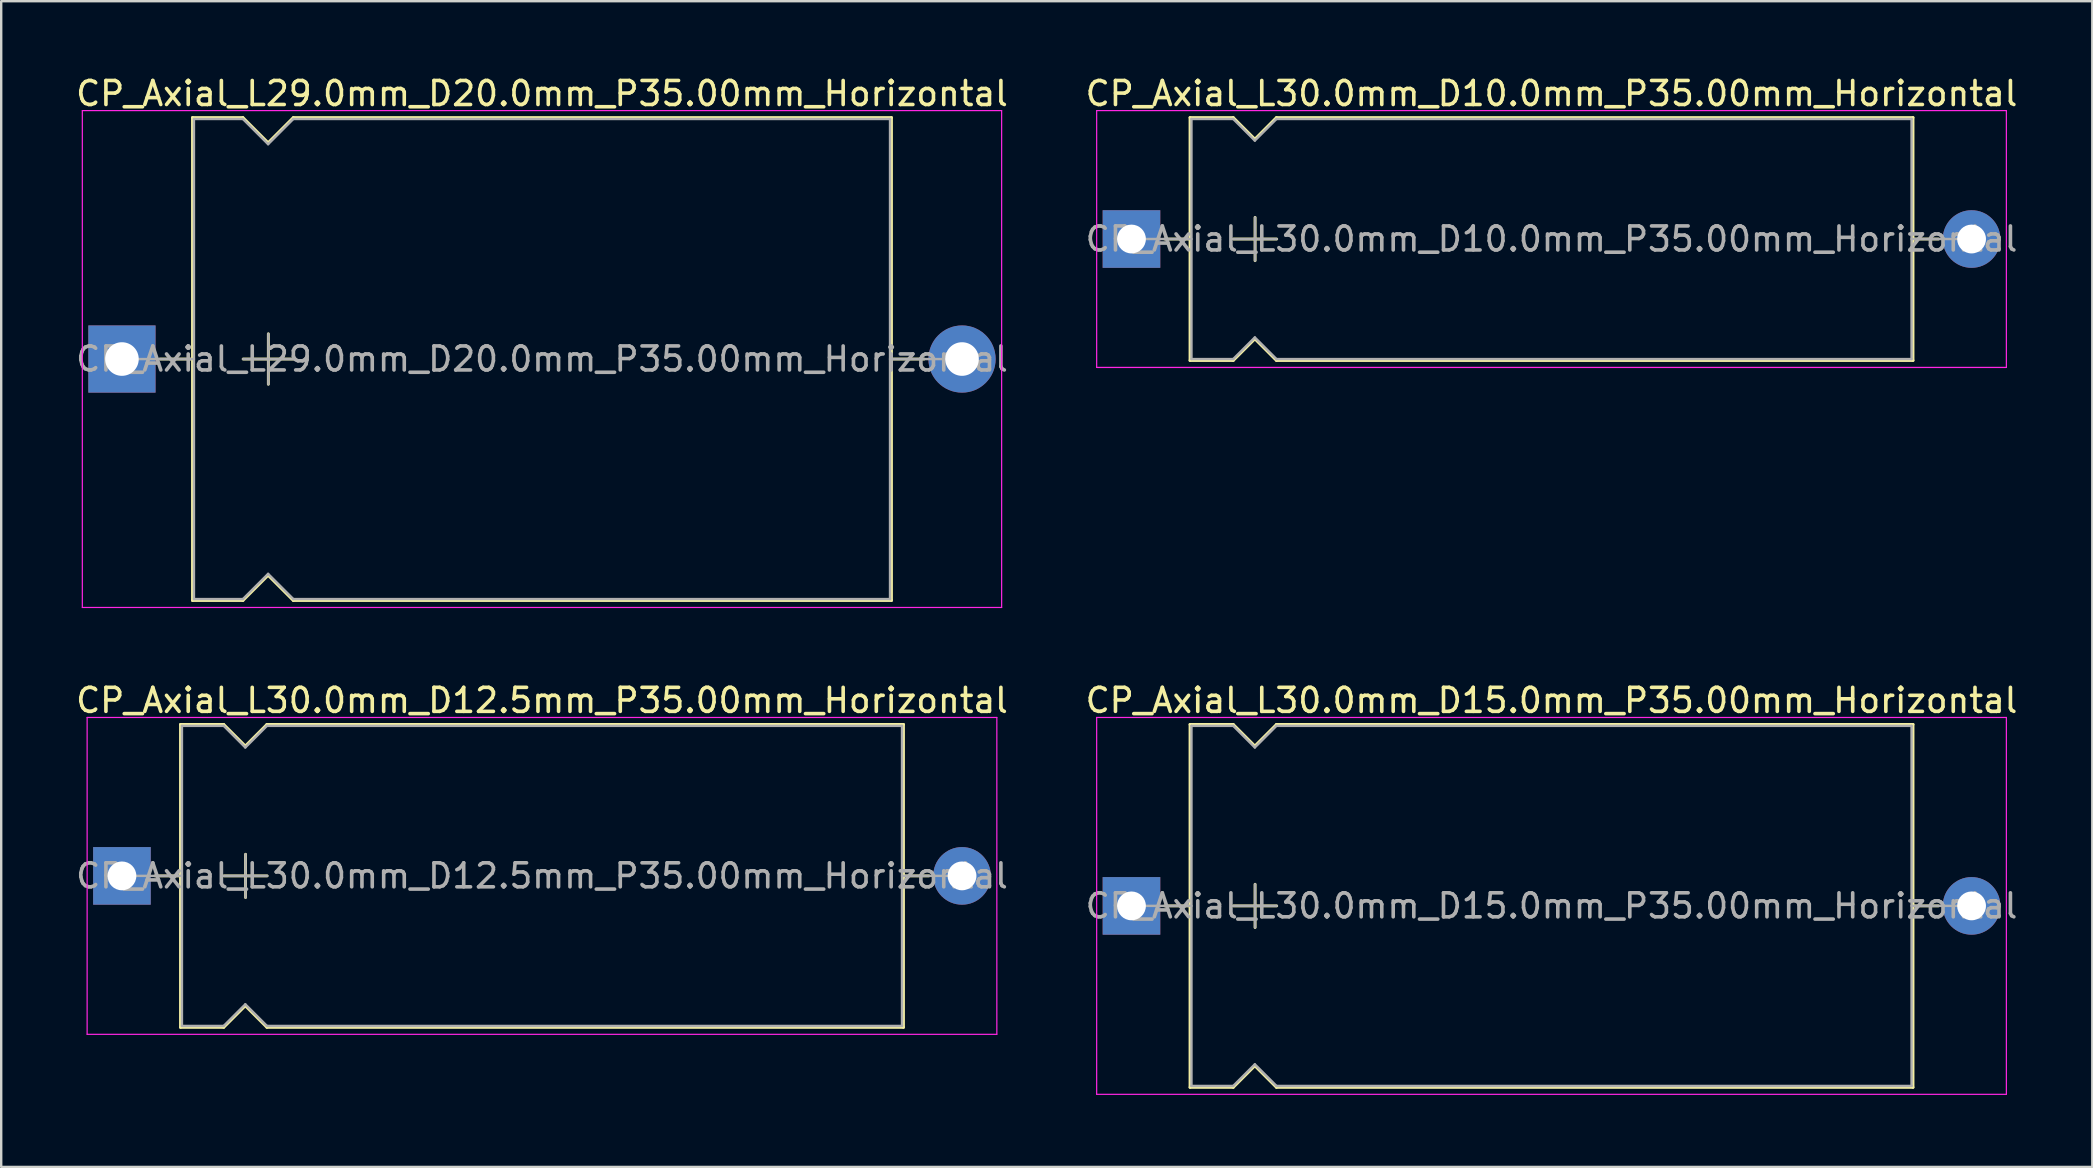
<source format=kicad_pcb>
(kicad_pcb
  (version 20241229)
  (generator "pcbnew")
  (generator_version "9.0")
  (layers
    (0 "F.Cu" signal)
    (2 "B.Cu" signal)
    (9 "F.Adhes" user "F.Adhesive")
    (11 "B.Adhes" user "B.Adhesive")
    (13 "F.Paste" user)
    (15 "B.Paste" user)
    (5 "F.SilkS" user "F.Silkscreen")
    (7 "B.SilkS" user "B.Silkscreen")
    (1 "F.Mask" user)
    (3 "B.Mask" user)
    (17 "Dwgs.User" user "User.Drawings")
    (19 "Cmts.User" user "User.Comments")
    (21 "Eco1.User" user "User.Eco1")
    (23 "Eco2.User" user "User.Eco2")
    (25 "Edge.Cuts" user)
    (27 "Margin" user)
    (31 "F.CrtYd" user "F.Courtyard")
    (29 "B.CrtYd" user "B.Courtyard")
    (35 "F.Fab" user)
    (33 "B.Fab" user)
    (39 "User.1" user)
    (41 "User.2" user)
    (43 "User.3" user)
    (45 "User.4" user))
  (footprint "CP_Axial_L29.0mm_D20.0mm_P35.00mm_Horizontal"
    (layer "F.Cu")
    (at 2.03 11.908)
    (property "Reference" "CP_Axial_L29.0mm_D20.0mm_P35.00mm_Horizontal" (at 17.5 -11.06 0) (layer "F.SilkS") (effects (font (size 1 1) (thickness 0.15))))
    (attr through_hole)
    (fp_line (start 1.58 0) (end 2.94 0) (stroke (width 0.12) (type solid)) (layer "F.SilkS"))
    (fp_line (start 2.94 -10.06) (end 2.94 10.06) (stroke (width 0.12) (type solid)) (layer "F.SilkS"))
    (fp_line (start 2.94 -10.06) (end 5.04 -10.06) (stroke (width 0.12) (type solid)) (layer "F.SilkS"))
    (fp_line (start 2.94 10.06) (end 5.04 10.06) (stroke (width 0.12) (type solid)) (layer "F.SilkS"))
    (fp_line (start 5.04 -10.06) (end 6.09 -9.01) (stroke (width 0.12) (type solid)) (layer "F.SilkS"))
    (fp_line (start 5.04 10.06) (end 6.09 9.01) (stroke (width 0.12) (type solid)) (layer "F.SilkS"))
    (fp_line (start 5.05 0) (end 7.15 0) (stroke (width 0.12) (type solid)) (layer "F.SilkS"))
    (fp_line (start 6.09 -9.01) (end 7.14 -10.06) (stroke (width 0.12) (type solid)) (layer "F.SilkS"))
    (fp_line (start 6.09 9.01) (end 7.14 10.06) (stroke (width 0.12) (type solid)) (layer "F.SilkS"))
    (fp_line (start 6.1 -1.05) (end 6.1 1.05) (stroke (width 0.12) (type solid)) (layer "F.SilkS"))
    (fp_line (start 7.14 -10.06) (end 32.06 -10.06) (stroke (width 0.12) (type solid)) (layer "F.SilkS"))
    (fp_line (start 7.14 10.06) (end 32.06 10.06) (stroke (width 0.12) (type solid)) (layer "F.SilkS"))
    (fp_line (start 32.06 -10.06) (end 32.06 10.06) (stroke (width 0.12) (type solid)) (layer "F.SilkS"))
    (fp_line (start 33.42 0) (end 32.06 0) (stroke (width 0.12) (type solid)) (layer "F.SilkS"))
    (fp_line (start -1.65 -10.35) (end -1.65 10.35) (stroke (width 0.05) (type solid)) (layer "F.CrtYd"))
    (fp_line (start -1.65 10.35) (end 36.65 10.35) (stroke (width 0.05) (type solid)) (layer "F.CrtYd"))
    (fp_line (start 36.65 -10.35) (end -1.65 -10.35) (stroke (width 0.05) (type solid)) (layer "F.CrtYd"))
    (fp_line (start 36.65 10.35) (end 36.65 -10.35) (stroke (width 0.05) (type solid)) (layer "F.CrtYd"))
    (fp_line (start 0 0) (end 3 0) (stroke (width 0.1) (type solid)) (layer "F.Fab"))
    (fp_line (start 3 -10) (end 3 10) (stroke (width 0.1) (type solid)) (layer "F.Fab"))
    (fp_line (start 3 -10) (end 5.04 -10) (stroke (width 0.1) (type solid)) (layer "F.Fab"))
    (fp_line (start 3 10) (end 5.04 10) (stroke (width 0.1) (type solid)) (layer "F.Fab"))
    (fp_line (start 5.04 -10) (end 6.09 -8.95) (stroke (width 0.1) (type solid)) (layer "F.Fab"))
    (fp_line (start 5.04 10) (end 6.09 8.95) (stroke (width 0.1) (type solid)) (layer "F.Fab"))
    (fp_line (start 5.05 0) (end 7.15 0) (stroke (width 0.1) (type solid)) (layer "F.Fab"))
    (fp_line (start 6.09 -8.95) (end 7.14 -10) (stroke (width 0.1) (type solid)) (layer "F.Fab"))
    (fp_line (start 6.09 8.95) (end 7.14 10) (stroke (width 0.1) (type solid)) (layer "F.Fab"))
    (fp_line (start 6.1 -1.05) (end 6.1 1.05) (stroke (width 0.1) (type solid)) (layer "F.Fab"))
    (fp_line (start 7.14 -10) (end 32 -10) (stroke (width 0.1) (type solid)) (layer "F.Fab"))
    (fp_line (start 7.14 10) (end 32 10) (stroke (width 0.1) (type solid)) (layer "F.Fab"))
    (fp_line (start 32 -10) (end 32 10) (stroke (width 0.1) (type solid)) (layer "F.Fab"))
    (fp_line (start 35 0) (end 32 0) (stroke (width 0.1) (type solid)) (layer "F.Fab"))
    (fp_text user "${REFERENCE}" (at 17.5 0 0) (layer "F.Fab") (effects (font (size 1 1) (thickness 0.15))))
    (pad "1" thru_hole rect (at 0 0) (size 2.8 2.8) (drill 1.4) (layers "*.Cu" "*.Mask"))
    (pad "2" thru_hole oval (at 35 0) (size 2.8 2.8) (drill 1.4) (layers "*.Cu" "*.Mask")))
  (footprint "CP_Axial_L30.0mm_D15.0mm_P35.00mm_Horizontal"
    (layer "F.Cu")
    (at 44.089 34.691)
    (property "Reference" "CP_Axial_L30.0mm_D15.0mm_P35.00mm_Horizontal" (at 17.5 -8.56 0) (layer "F.SilkS") (effects (font (size 1 1) (thickness 0.15))))
    (attr through_hole)
    (fp_line (start 1.38 0) (end 2.44 0) (stroke (width 0.12) (type solid)) (layer "F.SilkS"))
    (fp_line (start 2.44 -7.56) (end 2.44 7.56) (stroke (width 0.12) (type solid)) (layer "F.SilkS"))
    (fp_line (start 2.44 -7.56) (end 4.24 -7.56) (stroke (width 0.12) (type solid)) (layer "F.SilkS"))
    (fp_line (start 2.44 7.56) (end 4.24 7.56) (stroke (width 0.12) (type solid)) (layer "F.SilkS"))
    (fp_line (start 4.24 -7.56) (end 5.14 -6.66) (stroke (width 0.12) (type solid)) (layer "F.SilkS"))
    (fp_line (start 4.24 7.56) (end 5.14 6.66) (stroke (width 0.12) (type solid)) (layer "F.SilkS"))
    (fp_line (start 4.25 0) (end 6.05 0) (stroke (width 0.12) (type solid)) (layer "F.SilkS"))
    (fp_line (start 5.14 -6.66) (end 6.04 -7.56) (stroke (width 0.12) (type solid)) (layer "F.SilkS"))
    (fp_line (start 5.14 6.66) (end 6.04 7.56) (stroke (width 0.12) (type solid)) (layer "F.SilkS"))
    (fp_line (start 5.15 -0.9) (end 5.15 0.9) (stroke (width 0.12) (type solid)) (layer "F.SilkS"))
    (fp_line (start 6.04 -7.56) (end 32.56 -7.56) (stroke (width 0.12) (type solid)) (layer "F.SilkS"))
    (fp_line (start 6.04 7.56) (end 32.56 7.56) (stroke (width 0.12) (type solid)) (layer "F.SilkS"))
    (fp_line (start 32.56 -7.56) (end 32.56 7.56) (stroke (width 0.12) (type solid)) (layer "F.SilkS"))
    (fp_line (start 33.62 0) (end 32.56 0) (stroke (width 0.12) (type solid)) (layer "F.SilkS"))
    (fp_line (start -1.45 -7.85) (end -1.45 7.85) (stroke (width 0.05) (type solid)) (layer "F.CrtYd"))
    (fp_line (start -1.45 7.85) (end 36.45 7.85) (stroke (width 0.05) (type solid)) (layer "F.CrtYd"))
    (fp_line (start 36.45 -7.85) (end -1.45 -7.85) (stroke (width 0.05) (type solid)) (layer "F.CrtYd"))
    (fp_line (start 36.45 7.85) (end 36.45 -7.85) (stroke (width 0.05) (type solid)) (layer "F.CrtYd"))
    (fp_line (start 0 0) (end 2.5 0) (stroke (width 0.1) (type solid)) (layer "F.Fab"))
    (fp_line (start 2.5 -7.5) (end 2.5 7.5) (stroke (width 0.1) (type solid)) (layer "F.Fab"))
    (fp_line (start 2.5 -7.5) (end 4.24 -7.5) (stroke (width 0.1) (type solid)) (layer "F.Fab"))
    (fp_line (start 2.5 7.5) (end 4.24 7.5) (stroke (width 0.1) (type solid)) (layer "F.Fab"))
    (fp_line (start 4.24 -7.5) (end 5.14 -6.6) (stroke (width 0.1) (type solid)) (layer "F.Fab"))
    (fp_line (start 4.24 7.5) (end 5.14 6.6) (stroke (width 0.1) (type solid)) (layer "F.Fab"))
    (fp_line (start 4.25 0) (end 6.05 0) (stroke (width 0.1) (type solid)) (layer "F.Fab"))
    (fp_line (start 5.14 -6.6) (end 6.04 -7.5) (stroke (width 0.1) (type solid)) (layer "F.Fab"))
    (fp_line (start 5.14 6.6) (end 6.04 7.5) (stroke (width 0.1) (type solid)) (layer "F.Fab"))
    (fp_line (start 5.15 -0.9) (end 5.15 0.9) (stroke (width 0.1) (type solid)) (layer "F.Fab"))
    (fp_line (start 6.04 -7.5) (end 32.5 -7.5) (stroke (width 0.1) (type solid)) (layer "F.Fab"))
    (fp_line (start 6.04 7.5) (end 32.5 7.5) (stroke (width 0.1) (type solid)) (layer "F.Fab"))
    (fp_line (start 32.5 -7.5) (end 32.5 7.5) (stroke (width 0.1) (type solid)) (layer "F.Fab"))
    (fp_line (start 35 0) (end 32.5 0) (stroke (width 0.1) (type solid)) (layer "F.Fab"))
    (fp_text user "${REFERENCE}" (at 17.5 0 0) (layer "F.Fab") (effects (font (size 1 1) (thickness 0.15))))
    (pad "1" thru_hole rect (at 0 0) (size 2.4 2.4) (drill 1.2) (layers "*.Cu" "*.Mask"))
    (pad "2" thru_hole oval (at 35 0) (size 2.4 2.4) (drill 1.2) (layers "*.Cu" "*.Mask")))
  (footprint "CP_Axial_L30.0mm_D12.5mm_P35.00mm_Horizontal"
    (layer "F.Cu")
    (at 2.03 33.441)
    (property "Reference" "CP_Axial_L30.0mm_D12.5mm_P35.00mm_Horizontal" (at 17.5 -7.31 0) (layer "F.SilkS") (effects (font (size 1 1) (thickness 0.15))))
    (attr through_hole)
    (fp_line (start 1.38 0) (end 2.44 0) (stroke (width 0.12) (type solid)) (layer "F.SilkS"))
    (fp_line (start 2.44 -6.31) (end 2.44 6.31) (stroke (width 0.12) (type solid)) (layer "F.SilkS"))
    (fp_line (start 2.44 -6.31) (end 4.24 -6.31) (stroke (width 0.12) (type solid)) (layer "F.SilkS"))
    (fp_line (start 2.44 6.31) (end 4.24 6.31) (stroke (width 0.12) (type solid)) (layer "F.SilkS"))
    (fp_line (start 4.24 -6.31) (end 5.14 -5.41) (stroke (width 0.12) (type solid)) (layer "F.SilkS"))
    (fp_line (start 4.24 6.31) (end 5.14 5.41) (stroke (width 0.12) (type solid)) (layer "F.SilkS"))
    (fp_line (start 4.25 0) (end 6.05 0) (stroke (width 0.12) (type solid)) (layer "F.SilkS"))
    (fp_line (start 5.14 -5.41) (end 6.04 -6.31) (stroke (width 0.12) (type solid)) (layer "F.SilkS"))
    (fp_line (start 5.14 5.41) (end 6.04 6.31) (stroke (width 0.12) (type solid)) (layer "F.SilkS"))
    (fp_line (start 5.15 -0.9) (end 5.15 0.9) (stroke (width 0.12) (type solid)) (layer "F.SilkS"))
    (fp_line (start 6.04 -6.31) (end 32.56 -6.31) (stroke (width 0.12) (type solid)) (layer "F.SilkS"))
    (fp_line (start 6.04 6.31) (end 32.56 6.31) (stroke (width 0.12) (type solid)) (layer "F.SilkS"))
    (fp_line (start 32.56 -6.31) (end 32.56 6.31) (stroke (width 0.12) (type solid)) (layer "F.SilkS"))
    (fp_line (start 33.62 0) (end 32.56 0) (stroke (width 0.12) (type solid)) (layer "F.SilkS"))
    (fp_line (start -1.45 -6.6) (end -1.45 6.6) (stroke (width 0.05) (type solid)) (layer "F.CrtYd"))
    (fp_line (start -1.45 6.6) (end 36.45 6.6) (stroke (width 0.05) (type solid)) (layer "F.CrtYd"))
    (fp_line (start 36.45 -6.6) (end -1.45 -6.6) (stroke (width 0.05) (type solid)) (layer "F.CrtYd"))
    (fp_line (start 36.45 6.6) (end 36.45 -6.6) (stroke (width 0.05) (type solid)) (layer "F.CrtYd"))
    (fp_line (start 0 0) (end 2.5 0) (stroke (width 0.1) (type solid)) (layer "F.Fab"))
    (fp_line (start 2.5 -6.25) (end 2.5 6.25) (stroke (width 0.1) (type solid)) (layer "F.Fab"))
    (fp_line (start 2.5 -6.25) (end 4.24 -6.25) (stroke (width 0.1) (type solid)) (layer "F.Fab"))
    (fp_line (start 2.5 6.25) (end 4.24 6.25) (stroke (width 0.1) (type solid)) (layer "F.Fab"))
    (fp_line (start 4.24 -6.25) (end 5.14 -5.35) (stroke (width 0.1) (type solid)) (layer "F.Fab"))
    (fp_line (start 4.24 6.25) (end 5.14 5.35) (stroke (width 0.1) (type solid)) (layer "F.Fab"))
    (fp_line (start 4.25 0) (end 6.05 0) (stroke (width 0.1) (type solid)) (layer "F.Fab"))
    (fp_line (start 5.14 -5.35) (end 6.04 -6.25) (stroke (width 0.1) (type solid)) (layer "F.Fab"))
    (fp_line (start 5.14 5.35) (end 6.04 6.25) (stroke (width 0.1) (type solid)) (layer "F.Fab"))
    (fp_line (start 5.15 -0.9) (end 5.15 0.9) (stroke (width 0.1) (type solid)) (layer "F.Fab"))
    (fp_line (start 6.04 -6.25) (end 32.5 -6.25) (stroke (width 0.1) (type solid)) (layer "F.Fab"))
    (fp_line (start 6.04 6.25) (end 32.5 6.25) (stroke (width 0.1) (type solid)) (layer "F.Fab"))
    (fp_line (start 32.5 -6.25) (end 32.5 6.25) (stroke (width 0.1) (type solid)) (layer "F.Fab"))
    (fp_line (start 35 0) (end 32.5 0) (stroke (width 0.1) (type solid)) (layer "F.Fab"))
    (fp_text user "${REFERENCE}" (at 17.5 0 0) (layer "F.Fab") (effects (font (size 1 1) (thickness 0.15))))
    (pad "1" thru_hole rect (at 0 0) (size 2.4 2.4) (drill 1.2) (layers "*.Cu" "*.Mask"))
    (pad "2" thru_hole oval (at 35 0) (size 2.4 2.4) (drill 1.2) (layers "*.Cu" "*.Mask")))
  (footprint "CP_Axial_L30.0mm_D10.0mm_P35.00mm_Horizontal"
    (layer "F.Cu")
    (at 44.089 6.908)
    (property "Reference" "CP_Axial_L30.0mm_D10.0mm_P35.00mm_Horizontal" (at 17.5 -6.06 0) (layer "F.SilkS") (effects (font (size 1 1) (thickness 0.15))))
    (attr through_hole)
    (fp_line (start 1.38 0) (end 2.44 0) (stroke (width 0.12) (type solid)) (layer "F.SilkS"))
    (fp_line (start 2.44 -5.06) (end 2.44 5.06) (stroke (width 0.12) (type solid)) (layer "F.SilkS"))
    (fp_line (start 2.44 -5.06) (end 4.24 -5.06) (stroke (width 0.12) (type solid)) (layer "F.SilkS"))
    (fp_line (start 2.44 5.06) (end 4.24 5.06) (stroke (width 0.12) (type solid)) (layer "F.SilkS"))
    (fp_line (start 4.24 -5.06) (end 5.14 -4.16) (stroke (width 0.12) (type solid)) (layer "F.SilkS"))
    (fp_line (start 4.24 5.06) (end 5.14 4.16) (stroke (width 0.12) (type solid)) (layer "F.SilkS"))
    (fp_line (start 4.25 0) (end 6.05 0) (stroke (width 0.12) (type solid)) (layer "F.SilkS"))
    (fp_line (start 5.14 -4.16) (end 6.04 -5.06) (stroke (width 0.12) (type solid)) (layer "F.SilkS"))
    (fp_line (start 5.14 4.16) (end 6.04 5.06) (stroke (width 0.12) (type solid)) (layer "F.SilkS"))
    (fp_line (start 5.15 -0.9) (end 5.15 0.9) (stroke (width 0.12) (type solid)) (layer "F.SilkS"))
    (fp_line (start 6.04 -5.06) (end 32.56 -5.06) (stroke (width 0.12) (type solid)) (layer "F.SilkS"))
    (fp_line (start 6.04 5.06) (end 32.56 5.06) (stroke (width 0.12) (type solid)) (layer "F.SilkS"))
    (fp_line (start 32.56 -5.06) (end 32.56 5.06) (stroke (width 0.12) (type solid)) (layer "F.SilkS"))
    (fp_line (start 33.62 0) (end 32.56 0) (stroke (width 0.12) (type solid)) (layer "F.SilkS"))
    (fp_line (start -1.45 -5.35) (end -1.45 5.35) (stroke (width 0.05) (type solid)) (layer "F.CrtYd"))
    (fp_line (start -1.45 5.35) (end 36.45 5.35) (stroke (width 0.05) (type solid)) (layer "F.CrtYd"))
    (fp_line (start 36.45 -5.35) (end -1.45 -5.35) (stroke (width 0.05) (type solid)) (layer "F.CrtYd"))
    (fp_line (start 36.45 5.35) (end 36.45 -5.35) (stroke (width 0.05) (type solid)) (layer "F.CrtYd"))
    (fp_line (start 0 0) (end 2.5 0) (stroke (width 0.1) (type solid)) (layer "F.Fab"))
    (fp_line (start 2.5 -5) (end 2.5 5) (stroke (width 0.1) (type solid)) (layer "F.Fab"))
    (fp_line (start 2.5 -5) (end 4.24 -5) (stroke (width 0.1) (type solid)) (layer "F.Fab"))
    (fp_line (start 2.5 5) (end 4.24 5) (stroke (width 0.1) (type solid)) (layer "F.Fab"))
    (fp_line (start 4.24 -5) (end 5.14 -4.1) (stroke (width 0.1) (type solid)) (layer "F.Fab"))
    (fp_line (start 4.24 5) (end 5.14 4.1) (stroke (width 0.1) (type solid)) (layer "F.Fab"))
    (fp_line (start 4.25 0) (end 6.05 0) (stroke (width 0.1) (type solid)) (layer "F.Fab"))
    (fp_line (start 5.14 -4.1) (end 6.04 -5) (stroke (width 0.1) (type solid)) (layer "F.Fab"))
    (fp_line (start 5.14 4.1) (end 6.04 5) (stroke (width 0.1) (type solid)) (layer "F.Fab"))
    (fp_line (start 5.15 -0.9) (end 5.15 0.9) (stroke (width 0.1) (type solid)) (layer "F.Fab"))
    (fp_line (start 6.04 -5) (end 32.5 -5) (stroke (width 0.1) (type solid)) (layer "F.Fab"))
    (fp_line (start 6.04 5) (end 32.5 5) (stroke (width 0.1) (type solid)) (layer "F.Fab"))
    (fp_line (start 32.5 -5) (end 32.5 5) (stroke (width 0.1) (type solid)) (layer "F.Fab"))
    (fp_line (start 35 0) (end 32.5 0) (stroke (width 0.1) (type solid)) (layer "F.Fab"))
    (fp_text user "${REFERENCE}" (at 17.5 0 0) (layer "F.Fab") (effects (font (size 1 1) (thickness 0.15))))
    (pad "1" thru_hole rect (at 0 0) (size 2.4 2.4) (drill 1.2) (layers "*.Cu" "*.Mask"))
    (pad "2" thru_hole oval (at 35 0) (size 2.4 2.4) (drill 1.2) (layers "*.Cu" "*.Mask")))
  (gr_rect
    (start -3 -3)
    (end 84.119 45.566)
    (stroke (width 0.1) (type default))
    (fill no)
    (layer "Edge.Cuts")))
</source>
